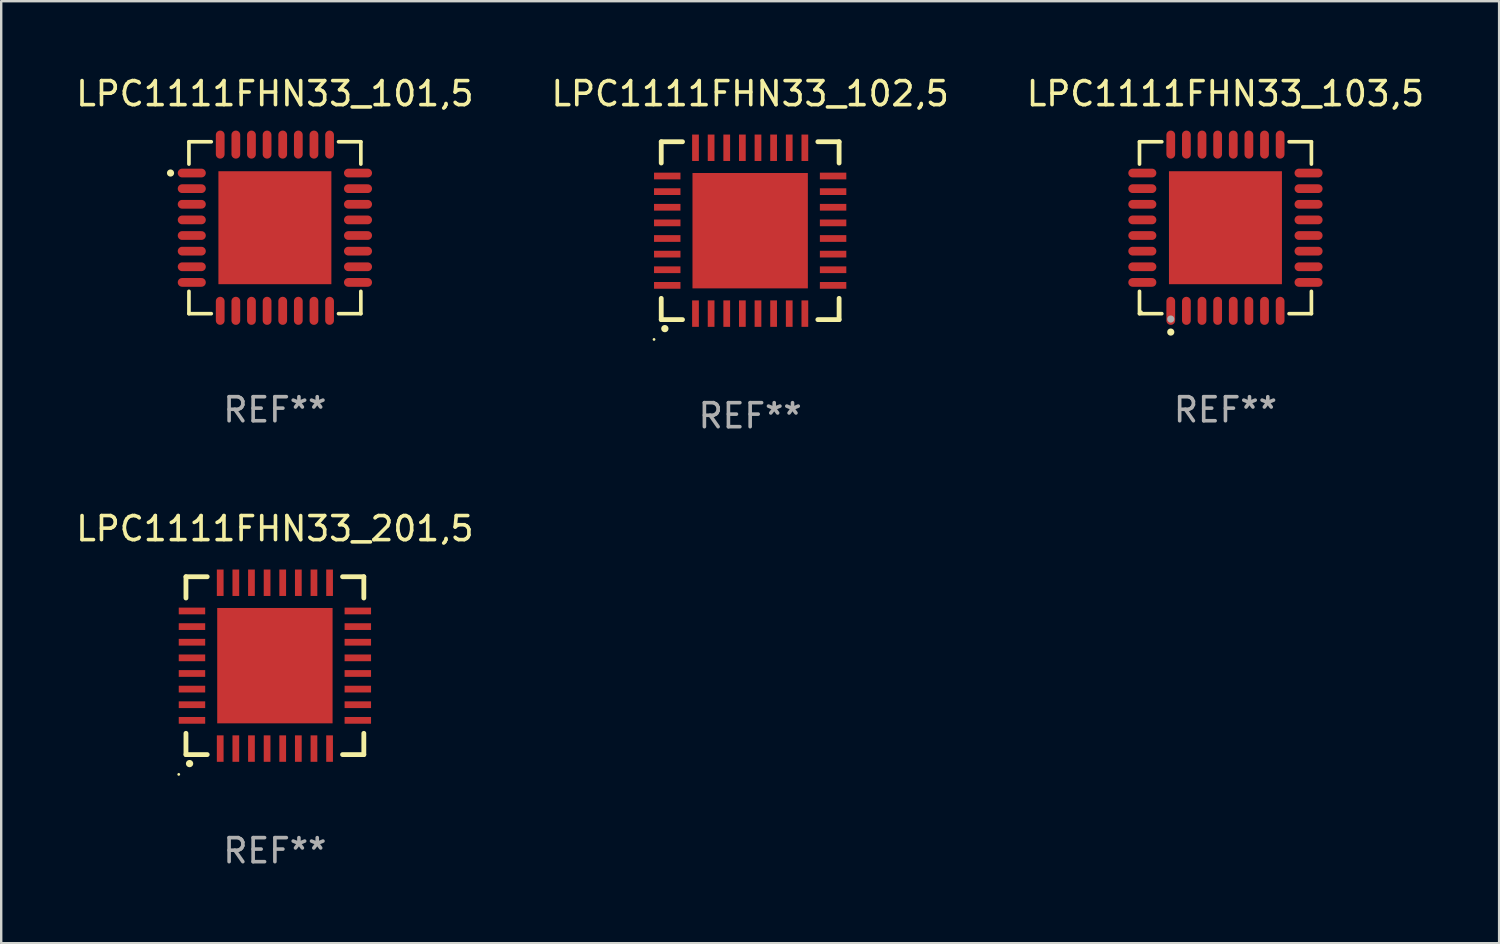
<source format=kicad_pcb>
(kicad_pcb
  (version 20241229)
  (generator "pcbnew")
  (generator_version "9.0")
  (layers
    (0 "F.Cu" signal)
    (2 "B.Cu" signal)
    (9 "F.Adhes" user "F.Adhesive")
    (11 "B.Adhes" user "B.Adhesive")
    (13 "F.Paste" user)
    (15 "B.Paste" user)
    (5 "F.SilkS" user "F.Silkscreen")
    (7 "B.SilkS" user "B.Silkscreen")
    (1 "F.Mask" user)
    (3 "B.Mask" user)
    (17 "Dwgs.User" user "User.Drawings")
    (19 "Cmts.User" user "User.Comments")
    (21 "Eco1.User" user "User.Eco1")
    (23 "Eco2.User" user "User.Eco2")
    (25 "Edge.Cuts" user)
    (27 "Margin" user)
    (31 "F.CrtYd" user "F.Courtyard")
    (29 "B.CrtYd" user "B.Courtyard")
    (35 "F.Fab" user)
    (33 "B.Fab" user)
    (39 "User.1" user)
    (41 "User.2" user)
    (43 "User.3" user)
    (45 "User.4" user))
  (footprint "LPC1111FHN33_101,5"
    (layer "F.Cu")
    (at 8.387 6.424)
    (property "Reference" "LPC1111FHN33_101,5" (at 0 -5.576 0) (layer "F.SilkS") (effects (font (size 1 1) (thickness 0.15))))
    (attr through_hole)
    (fp_line (start -3.576 -3.576) (end -3.576 -2.647) (stroke (width 0.152) (type solid)) (layer "F.SilkS"))
    (fp_line (start -3.576 3.576) (end -3.576 2.647) (stroke (width 0.152) (type solid)) (layer "F.SilkS"))
    (fp_line (start -2.647 -3.576) (end -3.576 -3.576) (stroke (width 0.152) (type solid)) (layer "F.SilkS"))
    (fp_line (start -2.647 3.576) (end -3.576 3.576) (stroke (width 0.152) (type solid)) (layer "F.SilkS"))
    (fp_line (start 2.647 -3.576) (end 3.576 -3.576) (stroke (width 0.152) (type solid)) (layer "F.SilkS"))
    (fp_line (start 2.647 3.576) (end 3.576 3.576) (stroke (width 0.152) (type solid)) (layer "F.SilkS"))
    (fp_line (start 3.576 -3.576) (end 3.576 -2.647) (stroke (width 0.152) (type solid)) (layer "F.SilkS"))
    (fp_line (start 3.576 3.576) (end 3.576 2.647) (stroke (width 0.152) (type solid)) (layer "F.SilkS"))
    (fp_circle (center -4.342 -2.275) (end -4.267 -2.275) (stroke (width 0.15) (type solid)) (fill no) (layer "F.SilkS"))
    (fp_text user "REF**" (at 0 7.576 0) (layer "F.Fab") (effects (font (size 1 1) (thickness 0.15))))
    (pad "1" smd oval (at -3.458 -2.275 270) (size 0.364 1.167) (layers "F.Cu" "F.Mask" "F.Paste"))
    (pad "2" smd oval (at -3.458 -1.625 270) (size 0.364 1.167) (layers "F.Cu" "F.Mask" "F.Paste"))
    (pad "3" smd oval (at -3.458 -0.975 270) (size 0.364 1.167) (layers "F.Cu" "F.Mask" "F.Paste"))
    (pad "4" smd oval (at -3.458 -0.325 270) (size 0.364 1.167) (layers "F.Cu" "F.Mask" "F.Paste"))
    (pad "5" smd oval (at -3.458 0.325 270) (size 0.364 1.167) (layers "F.Cu" "F.Mask" "F.Paste"))
    (pad "6" smd oval (at -3.458 0.975 270) (size 0.364 1.167) (layers "F.Cu" "F.Mask" "F.Paste"))
    (pad "7" smd oval (at -3.458 1.625 270) (size 0.364 1.167) (layers "F.Cu" "F.Mask" "F.Paste"))
    (pad "8" smd oval (at -3.458 2.275 270) (size 0.364 1.167) (layers "F.Cu" "F.Mask" "F.Paste"))
    (pad "9" smd oval (at -2.275 3.458 270) (size 1.167 0.364) (layers "F.Cu" "F.Mask" "F.Paste"))
    (pad "10" smd oval (at -1.625 3.458 270) (size 1.167 0.364) (layers "F.Cu" "F.Mask" "F.Paste"))
    (pad "11" smd oval (at -0.975 3.458 270) (size 1.167 0.364) (layers "F.Cu" "F.Mask" "F.Paste"))
    (pad "12" smd oval (at -0.325 3.458 270) (size 1.167 0.364) (layers "F.Cu" "F.Mask" "F.Paste"))
    (pad "13" smd oval (at 0.325 3.458 270) (size 1.167 0.364) (layers "F.Cu" "F.Mask" "F.Paste"))
    (pad "14" smd oval (at 0.975 3.458 270) (size 1.167 0.364) (layers "F.Cu" "F.Mask" "F.Paste"))
    (pad "15" smd oval (at 1.625 3.458 270) (size 1.167 0.364) (layers "F.Cu" "F.Mask" "F.Paste"))
    (pad "16" smd oval (at 2.275 3.458 270) (size 1.167 0.364) (layers "F.Cu" "F.Mask" "F.Paste"))
    (pad "17" smd oval (at 3.458 2.275 270) (size 0.364 1.167) (layers "F.Cu" "F.Mask" "F.Paste"))
    (pad "18" smd oval (at 3.458 1.625 270) (size 0.364 1.167) (layers "F.Cu" "F.Mask" "F.Paste"))
    (pad "19" smd oval (at 3.458 0.975 270) (size 0.364 1.167) (layers "F.Cu" "F.Mask" "F.Paste"))
    (pad "20" smd oval (at 3.458 0.325 270) (size 0.364 1.167) (layers "F.Cu" "F.Mask" "F.Paste"))
    (pad "21" smd oval (at 3.458 -0.325 270) (size 0.364 1.167) (layers "F.Cu" "F.Mask" "F.Paste"))
    (pad "22" smd oval (at 3.458 -0.975 270) (size 0.364 1.167) (layers "F.Cu" "F.Mask" "F.Paste"))
    (pad "23" smd oval (at 3.458 -1.625 270) (size 0.364 1.167) (layers "F.Cu" "F.Mask" "F.Paste"))
    (pad "24" smd oval (at 3.458 -2.275 270) (size 0.364 1.167) (layers "F.Cu" "F.Mask" "F.Paste"))
    (pad "25" smd oval (at 2.275 -3.458 270) (size 1.167 0.364) (layers "F.Cu" "F.Mask" "F.Paste"))
    (pad "26" smd oval (at 1.625 -3.458 270) (size 1.167 0.364) (layers "F.Cu" "F.Mask" "F.Paste"))
    (pad "27" smd oval (at 0.975 -3.458 270) (size 1.167 0.364) (layers "F.Cu" "F.Mask" "F.Paste"))
    (pad "28" smd oval (at 0.325 -3.458 270) (size 1.167 0.364) (layers "F.Cu" "F.Mask" "F.Paste"))
    (pad "29" smd oval (at -0.325 -3.458 270) (size 1.167 0.364) (layers "F.Cu" "F.Mask" "F.Paste"))
    (pad "30" smd oval (at -0.975 -3.458 270) (size 1.167 0.364) (layers "F.Cu" "F.Mask" "F.Paste"))
    (pad "31" smd oval (at -1.625 -3.458 270) (size 1.167 0.364) (layers "F.Cu" "F.Mask" "F.Paste"))
    (pad "32" smd oval (at -2.275 -3.458 270) (size 1.167 0.364) (layers "F.Cu" "F.Mask" "F.Paste"))
    (pad "33" smd rect (at 0 0 270) (size 4.7 4.7) (layers "F.Cu" "F.Mask" "F.Paste")))
  (footprint "LPC1111FHN33_103,5"
    (layer "F.Cu")
    (at 47.935 6.424)
    (property "Reference" "LPC1111FHN33_103,5" (at 0 -5.576 0) (layer "F.SilkS") (effects (font (size 1 1) (thickness 0.15))))
    (attr through_hole)
    (fp_line (start -3.576 -3.576) (end -2.647 -3.576) (stroke (width 0.152) (type solid)) (layer "F.SilkS"))
    (fp_line (start -3.576 -2.647) (end -3.576 -3.576) (stroke (width 0.152) (type solid)) (layer "F.SilkS"))
    (fp_line (start -3.576 2.647) (end -3.576 3.576) (stroke (width 0.152) (type solid)) (layer "F.SilkS"))
    (fp_line (start -3.576 3.576) (end -2.647 3.576) (stroke (width 0.152) (type solid)) (layer "F.SilkS"))
    (fp_line (start 3.576 -3.576) (end 2.647 -3.576) (stroke (width 0.152) (type solid)) (layer "F.SilkS"))
    (fp_line (start 3.576 -2.647) (end 3.576 -3.576) (stroke (width 0.152) (type solid)) (layer "F.SilkS"))
    (fp_line (start 3.576 2.647) (end 3.576 3.576) (stroke (width 0.152) (type solid)) (layer "F.SilkS"))
    (fp_line (start 3.576 3.576) (end 2.647 3.576) (stroke (width 0.152) (type solid)) (layer "F.SilkS"))
    (fp_circle (center -3.5 3.5) (end -3.47 3.5) (stroke (width 0.06) (type solid)) (fill no) (layer "F.SilkS"))
    (fp_circle (center -2.275 4.342) (end -2.2 4.342) (stroke (width 0.15) (type solid)) (fill no) (layer "F.SilkS"))
    (fp_circle (center -2.275 3.8) (end -2.2 3.8) (stroke (width 0.15) (type solid)) (fill no) (layer "F.Fab"))
    (fp_text user "REF**" (at 0 7.576 0) (layer "F.Fab") (effects (font (size 1 1) (thickness 0.15))))
    (pad "1" smd oval (at -2.275 3.458) (size 0.364 1.167) (layers "F.Cu" "F.Mask" "F.Paste"))
    (pad "2" smd oval (at -1.625 3.458) (size 0.364 1.167) (layers "F.Cu" "F.Mask" "F.Paste"))
    (pad "3" smd oval (at -0.975 3.458) (size 0.364 1.167) (layers "F.Cu" "F.Mask" "F.Paste"))
    (pad "4" smd oval (at -0.325 3.458) (size 0.364 1.167) (layers "F.Cu" "F.Mask" "F.Paste"))
    (pad "5" smd oval (at 0.325 3.458) (size 0.364 1.167) (layers "F.Cu" "F.Mask" "F.Paste"))
    (pad "6" smd oval (at 0.975 3.458) (size 0.364 1.167) (layers "F.Cu" "F.Mask" "F.Paste"))
    (pad "7" smd oval (at 1.625 3.458) (size 0.364 1.167) (layers "F.Cu" "F.Mask" "F.Paste"))
    (pad "8" smd oval (at 2.275 3.458) (size 0.364 1.167) (layers "F.Cu" "F.Mask" "F.Paste"))
    (pad "9" smd oval (at 3.458 2.275) (size 1.167 0.364) (layers "F.Cu" "F.Mask" "F.Paste"))
    (pad "10" smd oval (at 3.458 1.625) (size 1.167 0.364) (layers "F.Cu" "F.Mask" "F.Paste"))
    (pad "11" smd oval (at 3.458 0.975) (size 1.167 0.364) (layers "F.Cu" "F.Mask" "F.Paste"))
    (pad "12" smd oval (at 3.458 0.325) (size 1.167 0.364) (layers "F.Cu" "F.Mask" "F.Paste"))
    (pad "13" smd oval (at 3.458 -0.325) (size 1.167 0.364) (layers "F.Cu" "F.Mask" "F.Paste"))
    (pad "14" smd oval (at 3.458 -0.975) (size 1.167 0.364) (layers "F.Cu" "F.Mask" "F.Paste"))
    (pad "15" smd oval (at 3.458 -1.625) (size 1.167 0.364) (layers "F.Cu" "F.Mask" "F.Paste"))
    (pad "16" smd oval (at 3.458 -2.275) (size 1.167 0.364) (layers "F.Cu" "F.Mask" "F.Paste"))
    (pad "17" smd oval (at 2.275 -3.458) (size 0.364 1.167) (layers "F.Cu" "F.Mask" "F.Paste"))
    (pad "18" smd oval (at 1.625 -3.458) (size 0.364 1.167) (layers "F.Cu" "F.Mask" "F.Paste"))
    (pad "19" smd oval (at 0.975 -3.458) (size 0.364 1.167) (layers "F.Cu" "F.Mask" "F.Paste"))
    (pad "20" smd oval (at 0.325 -3.458) (size 0.364 1.167) (layers "F.Cu" "F.Mask" "F.Paste"))
    (pad "21" smd oval (at -0.325 -3.458) (size 0.364 1.167) (layers "F.Cu" "F.Mask" "F.Paste"))
    (pad "22" smd oval (at -0.975 -3.458) (size 0.364 1.167) (layers "F.Cu" "F.Mask" "F.Paste"))
    (pad "23" smd oval (at -1.625 -3.458) (size 0.364 1.167) (layers "F.Cu" "F.Mask" "F.Paste"))
    (pad "24" smd oval (at -2.275 -3.458) (size 0.364 1.167) (layers "F.Cu" "F.Mask" "F.Paste"))
    (pad "25" smd oval (at -3.458 -2.275) (size 1.167 0.364) (layers "F.Cu" "F.Mask" "F.Paste"))
    (pad "26" smd oval (at -3.458 -1.625) (size 1.167 0.364) (layers "F.Cu" "F.Mask" "F.Paste"))
    (pad "27" smd oval (at -3.458 -0.975) (size 1.167 0.364) (layers "F.Cu" "F.Mask" "F.Paste"))
    (pad "28" smd oval (at -3.458 -0.325) (size 1.167 0.364) (layers "F.Cu" "F.Mask" "F.Paste"))
    (pad "29" smd oval (at -3.458 0.325) (size 1.167 0.364) (layers "F.Cu" "F.Mask" "F.Paste"))
    (pad "30" smd oval (at -3.458 0.975) (size 1.167 0.364) (layers "F.Cu" "F.Mask" "F.Paste"))
    (pad "31" smd oval (at -3.458 1.625) (size 1.167 0.364) (layers "F.Cu" "F.Mask" "F.Paste"))
    (pad "32" smd oval (at -3.458 2.275) (size 1.167 0.364) (layers "F.Cu" "F.Mask" "F.Paste"))
    (pad "33" smd rect (at 0 0) (size 4.7 4.7) (layers "F.Cu" "F.Mask" "F.Paste")))
  (footprint "LPC1111FHN33_201,5"
    (layer "F.Cu")
    (at 8.387 24.645)
    (property "Reference" "LPC1111FHN33_201,5" (at 0 -5.7 0) (layer "F.SilkS") (effects (font (size 1 1) (thickness 0.15))))
    (attr through_hole)
    (fp_line (start -3.7 -3.7) (end -2.815 -3.7) (stroke (width 0.2) (type solid)) (layer "F.SilkS"))
    (fp_line (start -3.7 -2.815) (end -3.7 -3.7) (stroke (width 0.2) (type solid)) (layer "F.SilkS"))
    (fp_line (start -3.7 3.7) (end -3.7 2.815) (stroke (width 0.2) (type solid)) (layer "F.SilkS"))
    (fp_line (start -2.815 3.7) (end -3.7 3.7) (stroke (width 0.2) (type solid)) (layer "F.SilkS"))
    (fp_line (start 2.815 3.7) (end 3.7 3.7) (stroke (width 0.2) (type solid)) (layer "F.SilkS"))
    (fp_line (start 3.7 -3.7) (end 2.815 -3.7) (stroke (width 0.2) (type solid)) (layer "F.SilkS"))
    (fp_line (start 3.7 -2.815) (end 3.7 -3.7) (stroke (width 0.2) (type solid)) (layer "F.SilkS"))
    (fp_line (start 3.7 3.7) (end 3.7 2.815) (stroke (width 0.2) (type solid)) (layer "F.SilkS"))
    (fp_arc (start -3.551308 4.074168) (mid -3.550038 4.074163) (end -3.548768 4.074168) (stroke (width 0.3) (type solid)) (layer "F.SilkS"))
    (fp_circle (center -4 4.524) (end -3.97 4.524) (stroke (width 0.06) (type solid)) (fill no) (layer "F.SilkS"))
    (fp_text user "REF**" (at 0 7.7 0) (layer "F.Fab") (effects (font (size 1 1) (thickness 0.15))))
    (pad "1" smd rect (at -2.275 3.45 180) (size 0.28 1.1) (layers "F.Cu" "F.Mask" "F.Paste"))
    (pad "2" smd rect (at -1.625 3.45 180) (size 0.28 1.1) (layers "F.Cu" "F.Mask" "F.Paste"))
    (pad "3" smd rect (at -0.975 3.45 180) (size 0.28 1.1) (layers "F.Cu" "F.Mask" "F.Paste"))
    (pad "4" smd rect (at -0.325 3.45 180) (size 0.28 1.1) (layers "F.Cu" "F.Mask" "F.Paste"))
    (pad "5" smd rect (at 0.325 3.45 180) (size 0.28 1.1) (layers "F.Cu" "F.Mask" "F.Paste"))
    (pad "6" smd rect (at 0.975 3.45 180) (size 0.28 1.1) (layers "F.Cu" "F.Mask" "F.Paste"))
    (pad "7" smd rect (at 1.625 3.45 180) (size 0.28 1.1) (layers "F.Cu" "F.Mask" "F.Paste"))
    (pad "8" smd rect (at 2.275 3.45 180) (size 0.28 1.1) (layers "F.Cu" "F.Mask" "F.Paste"))
    (pad "9" smd rect (at 3.45 2.275 90) (size 0.28 1.1) (layers "F.Cu" "F.Mask" "F.Paste"))
    (pad "10" smd rect (at 3.45 1.625 90) (size 0.28 1.1) (layers "F.Cu" "F.Mask" "F.Paste"))
    (pad "11" smd rect (at 3.45 0.975 90) (size 0.28 1.1) (layers "F.Cu" "F.Mask" "F.Paste"))
    (pad "12" smd rect (at 3.45 0.325 90) (size 0.28 1.1) (layers "F.Cu" "F.Mask" "F.Paste"))
    (pad "13" smd rect (at 3.45 -0.325 90) (size 0.28 1.1) (layers "F.Cu" "F.Mask" "F.Paste"))
    (pad "14" smd rect (at 3.45 -0.975 90) (size 0.28 1.1) (layers "F.Cu" "F.Mask" "F.Paste"))
    (pad "15" smd rect (at 3.45 -1.625 90) (size 0.28 1.1) (layers "F.Cu" "F.Mask" "F.Paste"))
    (pad "16" smd rect (at 3.45 -2.275 90) (size 0.28 1.1) (layers "F.Cu" "F.Mask" "F.Paste"))
    (pad "17" smd rect (at 2.275 -3.45 180) (size 0.28 1.1) (layers "F.Cu" "F.Mask" "F.Paste"))
    (pad "18" smd rect (at 1.625 -3.45 180) (size 0.28 1.1) (layers "F.Cu" "F.Mask" "F.Paste"))
    (pad "19" smd rect (at 0.975 -3.45 180) (size 0.28 1.1) (layers "F.Cu" "F.Mask" "F.Paste"))
    (pad "20" smd rect (at 0.325 -3.45 180) (size 0.28 1.1) (layers "F.Cu" "F.Mask" "F.Paste"))
    (pad "21" smd rect (at -0.325 -3.45 180) (size 0.28 1.1) (layers "F.Cu" "F.Mask" "F.Paste"))
    (pad "22" smd rect (at -0.975 -3.45 180) (size 0.28 1.1) (layers "F.Cu" "F.Mask" "F.Paste"))
    (pad "23" smd rect (at -1.625 -3.45 180) (size 0.28 1.1) (layers "F.Cu" "F.Mask" "F.Paste"))
    (pad "24" smd rect (at -2.275 -3.45 180) (size 0.28 1.1) (layers "F.Cu" "F.Mask" "F.Paste"))
    (pad "25" smd rect (at -3.45 -2.275 90) (size 0.28 1.1) (layers "F.Cu" "F.Mask" "F.Paste"))
    (pad "26" smd rect (at -3.45 -1.625 90) (size 0.28 1.1) (layers "F.Cu" "F.Mask" "F.Paste"))
    (pad "27" smd rect (at -3.45 -0.975 90) (size 0.28 1.1) (layers "F.Cu" "F.Mask" "F.Paste"))
    (pad "28" smd rect (at -3.45 -0.325 90) (size 0.28 1.1) (layers "F.Cu" "F.Mask" "F.Paste"))
    (pad "29" smd rect (at -3.45 0.325 90) (size 0.28 1.1) (layers "F.Cu" "F.Mask" "F.Paste"))
    (pad "30" smd rect (at -3.45 0.975 90) (size 0.28 1.1) (layers "F.Cu" "F.Mask" "F.Paste"))
    (pad "31" smd rect (at -3.45 1.625 90) (size 0.28 1.1) (layers "F.Cu" "F.Mask" "F.Paste"))
    (pad "32" smd rect (at -3.45 2.275 90) (size 0.28 1.1) (layers "F.Cu" "F.Mask" "F.Paste"))
    (pad "33" smd rect (at 0 0 90) (size 4.8 4.8) (layers "F.Cu" "F.Mask" "F.Paste")))
  (footprint "LPC1111FHN33_102,5"
    (layer "F.Cu")
    (at 28.161 6.548)
    (property "Reference" "LPC1111FHN33_102,5" (at 0 -5.7 0) (layer "F.SilkS") (effects (font (size 1 1) (thickness 0.15))))
    (attr through_hole)
    (fp_line (start -3.7 -3.7) (end -2.815 -3.7) (stroke (width 0.2) (type solid)) (layer "F.SilkS"))
    (fp_line (start -3.7 -2.815) (end -3.7 -3.7) (stroke (width 0.2) (type solid)) (layer "F.SilkS"))
    (fp_line (start -3.7 3.7) (end -3.7 2.815) (stroke (width 0.2) (type solid)) (layer "F.SilkS"))
    (fp_line (start -2.815 3.7) (end -3.7 3.7) (stroke (width 0.2) (type solid)) (layer "F.SilkS"))
    (fp_line (start 2.815 3.7) (end 3.7 3.7) (stroke (width 0.2) (type solid)) (layer "F.SilkS"))
    (fp_line (start 3.7 -3.7) (end 2.815 -3.7) (stroke (width 0.2) (type solid)) (layer "F.SilkS"))
    (fp_line (start 3.7 -2.815) (end 3.7 -3.7) (stroke (width 0.2) (type solid)) (layer "F.SilkS"))
    (fp_line (start 3.7 3.7) (end 3.7 2.815) (stroke (width 0.2) (type solid)) (layer "F.SilkS"))
    (fp_arc (start -3.551308 4.074168) (mid -3.550038 4.074163) (end -3.548768 4.074168) (stroke (width 0.3) (type solid)) (layer "F.SilkS"))
    (fp_circle (center -4 4.524) (end -3.97 4.524) (stroke (width 0.06) (type solid)) (fill no) (layer "F.SilkS"))
    (fp_text user "REF**" (at 0 7.7 0) (layer "F.Fab") (effects (font (size 1 1) (thickness 0.15))))
    (pad "1" smd rect (at -2.275 3.45 180) (size 0.28 1.1) (layers "F.Cu" "F.Mask" "F.Paste"))
    (pad "2" smd rect (at -1.625 3.45 180) (size 0.28 1.1) (layers "F.Cu" "F.Mask" "F.Paste"))
    (pad "3" smd rect (at -0.975 3.45 180) (size 0.28 1.1) (layers "F.Cu" "F.Mask" "F.Paste"))
    (pad "4" smd rect (at -0.325 3.45 180) (size 0.28 1.1) (layers "F.Cu" "F.Mask" "F.Paste"))
    (pad "5" smd rect (at 0.325 3.45 180) (size 0.28 1.1) (layers "F.Cu" "F.Mask" "F.Paste"))
    (pad "6" smd rect (at 0.975 3.45 180) (size 0.28 1.1) (layers "F.Cu" "F.Mask" "F.Paste"))
    (pad "7" smd rect (at 1.625 3.45 180) (size 0.28 1.1) (layers "F.Cu" "F.Mask" "F.Paste"))
    (pad "8" smd rect (at 2.275 3.45 180) (size 0.28 1.1) (layers "F.Cu" "F.Mask" "F.Paste"))
    (pad "9" smd rect (at 3.45 2.275 90) (size 0.28 1.1) (layers "F.Cu" "F.Mask" "F.Paste"))
    (pad "10" smd rect (at 3.45 1.625 90) (size 0.28 1.1) (layers "F.Cu" "F.Mask" "F.Paste"))
    (pad "11" smd rect (at 3.45 0.975 90) (size 0.28 1.1) (layers "F.Cu" "F.Mask" "F.Paste"))
    (pad "12" smd rect (at 3.45 0.325 90) (size 0.28 1.1) (layers "F.Cu" "F.Mask" "F.Paste"))
    (pad "13" smd rect (at 3.45 -0.325 90) (size 0.28 1.1) (layers "F.Cu" "F.Mask" "F.Paste"))
    (pad "14" smd rect (at 3.45 -0.975 90) (size 0.28 1.1) (layers "F.Cu" "F.Mask" "F.Paste"))
    (pad "15" smd rect (at 3.45 -1.625 90) (size 0.28 1.1) (layers "F.Cu" "F.Mask" "F.Paste"))
    (pad "16" smd rect (at 3.45 -2.275 90) (size 0.28 1.1) (layers "F.Cu" "F.Mask" "F.Paste"))
    (pad "17" smd rect (at 2.275 -3.45 180) (size 0.28 1.1) (layers "F.Cu" "F.Mask" "F.Paste"))
    (pad "18" smd rect (at 1.625 -3.45 180) (size 0.28 1.1) (layers "F.Cu" "F.Mask" "F.Paste"))
    (pad "19" smd rect (at 0.975 -3.45 180) (size 0.28 1.1) (layers "F.Cu" "F.Mask" "F.Paste"))
    (pad "20" smd rect (at 0.325 -3.45 180) (size 0.28 1.1) (layers "F.Cu" "F.Mask" "F.Paste"))
    (pad "21" smd rect (at -0.325 -3.45 180) (size 0.28 1.1) (layers "F.Cu" "F.Mask" "F.Paste"))
    (pad "22" smd rect (at -0.975 -3.45 180) (size 0.28 1.1) (layers "F.Cu" "F.Mask" "F.Paste"))
    (pad "23" smd rect (at -1.625 -3.45 180) (size 0.28 1.1) (layers "F.Cu" "F.Mask" "F.Paste"))
    (pad "24" smd rect (at -2.275 -3.45 180) (size 0.28 1.1) (layers "F.Cu" "F.Mask" "F.Paste"))
    (pad "25" smd rect (at -3.45 -2.275 90) (size 0.28 1.1) (layers "F.Cu" "F.Mask" "F.Paste"))
    (pad "26" smd rect (at -3.45 -1.625 90) (size 0.28 1.1) (layers "F.Cu" "F.Mask" "F.Paste"))
    (pad "27" smd rect (at -3.45 -0.975 90) (size 0.28 1.1) (layers "F.Cu" "F.Mask" "F.Paste"))
    (pad "28" smd rect (at -3.45 -0.325 90) (size 0.28 1.1) (layers "F.Cu" "F.Mask" "F.Paste"))
    (pad "29" smd rect (at -3.45 0.325 90) (size 0.28 1.1) (layers "F.Cu" "F.Mask" "F.Paste"))
    (pad "30" smd rect (at -3.45 0.975 90) (size 0.28 1.1) (layers "F.Cu" "F.Mask" "F.Paste"))
    (pad "31" smd rect (at -3.45 1.625 90) (size 0.28 1.1) (layers "F.Cu" "F.Mask" "F.Paste"))
    (pad "32" smd rect (at -3.45 2.275 90) (size 0.28 1.1) (layers "F.Cu" "F.Mask" "F.Paste"))
    (pad "33" smd rect (at 0 0 90) (size 4.8 4.8) (layers "F.Cu" "F.Mask" "F.Paste")))
  (gr_rect
    (start -3 -3)
    (end 59.321 36.193)
    (stroke (width 0.1) (type default))
    (fill no)
    (layer "Edge.Cuts")))
</source>
